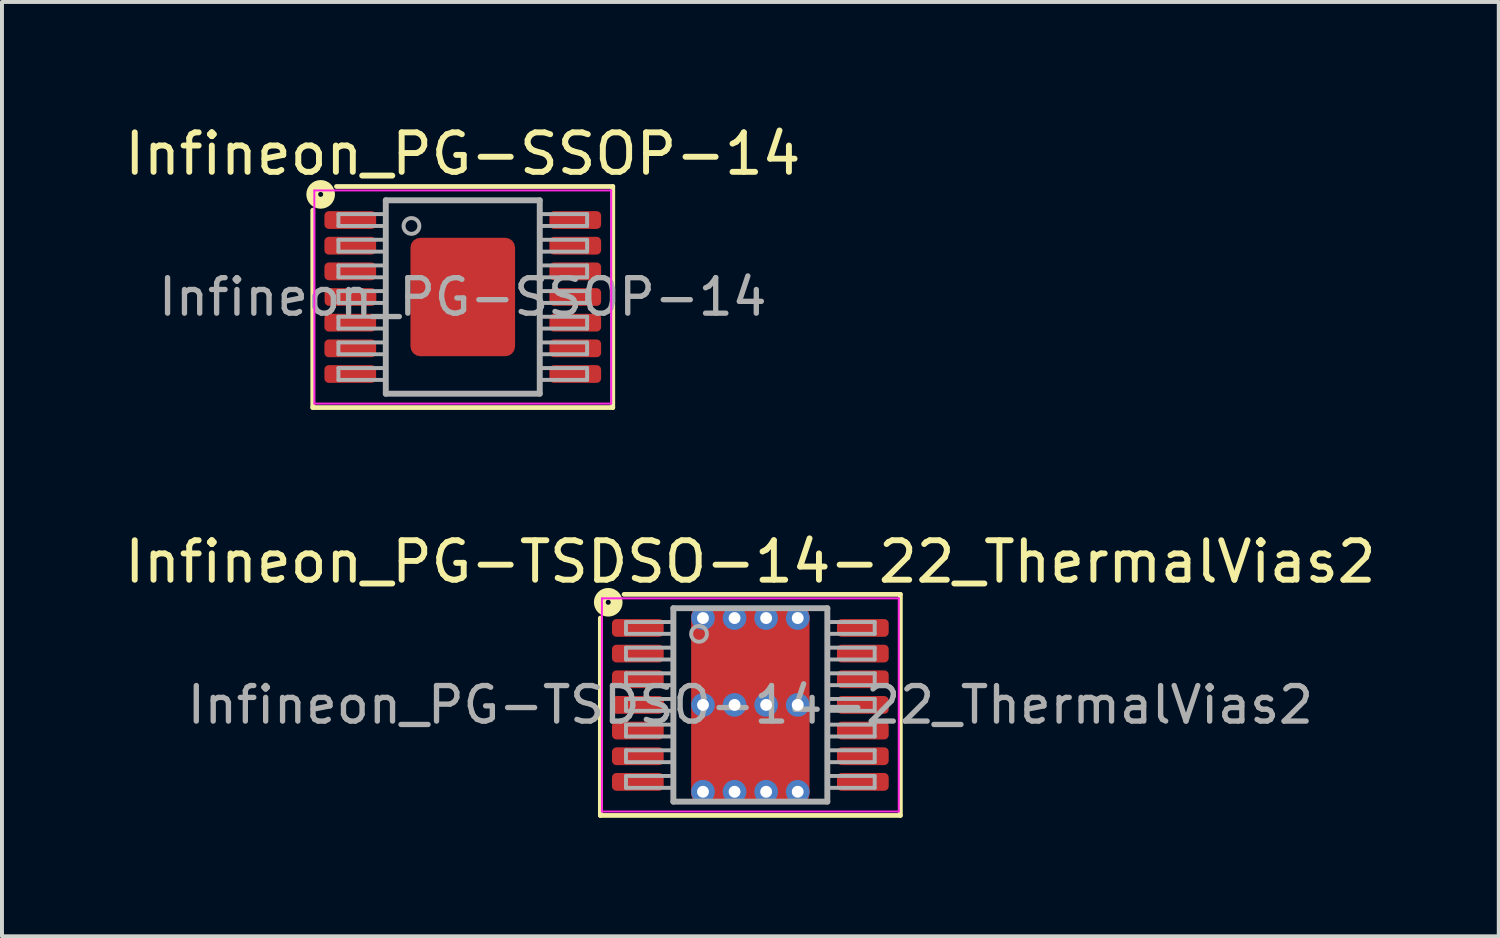
<source format=kicad_pcb>
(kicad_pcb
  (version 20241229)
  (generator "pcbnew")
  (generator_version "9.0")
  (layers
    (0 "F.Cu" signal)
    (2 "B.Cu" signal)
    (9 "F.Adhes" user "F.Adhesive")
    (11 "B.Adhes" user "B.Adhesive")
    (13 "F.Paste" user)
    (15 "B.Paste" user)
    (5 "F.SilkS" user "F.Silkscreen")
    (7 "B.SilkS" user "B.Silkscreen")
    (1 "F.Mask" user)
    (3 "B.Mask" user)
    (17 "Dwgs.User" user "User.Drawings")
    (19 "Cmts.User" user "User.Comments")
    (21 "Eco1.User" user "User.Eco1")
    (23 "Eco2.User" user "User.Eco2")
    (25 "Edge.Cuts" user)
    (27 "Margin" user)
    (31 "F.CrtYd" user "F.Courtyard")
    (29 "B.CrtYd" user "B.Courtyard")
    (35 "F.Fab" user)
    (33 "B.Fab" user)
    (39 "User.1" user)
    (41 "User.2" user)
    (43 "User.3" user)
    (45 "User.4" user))
  (footprint "Infineon_PG-SSOP-14"
    (layer "F.Cu")
    (at 8.673 4.474)
    (property "Reference" "Infineon_PG-SSOP-14" (at 0 -3.626 0) (layer "F.SilkS") (effects (font (size 1 1) (thickness 0.15))))
    (attr smd)
    (fp_line (start -3.8 2.8) (end -3.8 -2.2) (stroke (width 0.12) (type solid)) (layer "F.SilkS"))
    (fp_line (start -3.2 -2.8) (end 3.8 -2.8) (stroke (width 0.12) (type solid)) (layer "F.SilkS"))
    (fp_line (start 3.8 -2.8) (end 3.8 2.8) (stroke (width 0.12) (type solid)) (layer "F.SilkS"))
    (fp_line (start 3.8 2.8) (end -3.8 2.8) (stroke (width 0.12) (type solid)) (layer "F.SilkS"))
    (fp_circle (center -3.6 -2.6) (end -3.537 -2.6) (stroke (width 0.3) (type solid)) (fill no) (layer "F.SilkS"))
    (fp_line (start -3.76 -2.7) (end -3.76 2.7) (stroke (width 0.05) (type solid)) (layer "F.CrtYd"))
    (fp_line (start -3.76 -2.7) (end 3.76 -2.7) (stroke (width 0.05) (type solid)) (layer "F.CrtYd"))
    (fp_line (start -3.76 2.7) (end 3.76 2.7) (stroke (width 0.05) (type solid)) (layer "F.CrtYd"))
    (fp_line (start 3.76 -2.7) (end 3.76 2.7) (stroke (width 0.05) (type solid)) (layer "F.CrtYd"))
    (fp_line (start -3.15 -2.1) (end -3.15 -1.8) (stroke (width 0.1) (type solid)) (layer "F.Fab"))
    (fp_line (start -3.15 -2.1) (end -1.95 -2.1) (stroke (width 0.1) (type solid)) (layer "F.Fab"))
    (fp_line (start -3.15 -1.8) (end -1.95 -1.8) (stroke (width 0.1) (type solid)) (layer "F.Fab"))
    (fp_line (start -3.15 -1.45) (end -3.15 -1.15) (stroke (width 0.1) (type solid)) (layer "F.Fab"))
    (fp_line (start -3.15 -1.45) (end -1.95 -1.45) (stroke (width 0.1) (type solid)) (layer "F.Fab"))
    (fp_line (start -3.15 -1.15) (end -1.95 -1.15) (stroke (width 0.1) (type solid)) (layer "F.Fab"))
    (fp_line (start -3.15 -0.8) (end -3.15 -0.5) (stroke (width 0.1) (type solid)) (layer "F.Fab"))
    (fp_line (start -3.15 -0.8) (end -1.95 -0.8) (stroke (width 0.1) (type solid)) (layer "F.Fab"))
    (fp_line (start -3.15 -0.5) (end -1.95 -0.5) (stroke (width 0.1) (type solid)) (layer "F.Fab"))
    (fp_line (start -3.15 -0.15) (end -3.15 0.15) (stroke (width 0.1) (type solid)) (layer "F.Fab"))
    (fp_line (start -3.15 -0.15) (end -1.95 -0.15) (stroke (width 0.1) (type solid)) (layer "F.Fab"))
    (fp_line (start -3.15 0.15) (end -1.95 0.15) (stroke (width 0.1) (type solid)) (layer "F.Fab"))
    (fp_line (start -3.15 0.5) (end -3.15 0.8) (stroke (width 0.1) (type solid)) (layer "F.Fab"))
    (fp_line (start -3.15 0.5) (end -1.95 0.5) (stroke (width 0.1) (type solid)) (layer "F.Fab"))
    (fp_line (start -3.15 0.8) (end -1.95 0.8) (stroke (width 0.1) (type solid)) (layer "F.Fab"))
    (fp_line (start -3.15 1.15) (end -3.15 1.45) (stroke (width 0.1) (type solid)) (layer "F.Fab"))
    (fp_line (start -3.15 1.15) (end -1.95 1.15) (stroke (width 0.1) (type solid)) (layer "F.Fab"))
    (fp_line (start -3.15 1.45) (end -1.95 1.45) (stroke (width 0.1) (type solid)) (layer "F.Fab"))
    (fp_line (start -3.15 1.8) (end -3.15 2.1) (stroke (width 0.1) (type solid)) (layer "F.Fab"))
    (fp_line (start -3.15 1.8) (end -1.95 1.8) (stroke (width 0.1) (type solid)) (layer "F.Fab"))
    (fp_line (start -3.15 2.1) (end -1.95 2.1) (stroke (width 0.1) (type solid)) (layer "F.Fab"))
    (fp_line (start -1.95 -2.45) (end 1.95 -2.45) (stroke (width 0.15) (type solid)) (layer "F.Fab"))
    (fp_line (start -1.95 2.45) (end -1.95 -2.45) (stroke (width 0.15) (type solid)) (layer "F.Fab"))
    (fp_line (start 1.95 -2.45) (end 1.95 2.45) (stroke (width 0.15) (type solid)) (layer "F.Fab"))
    (fp_line (start 1.95 2.45) (end -1.95 2.45) (stroke (width 0.15) (type solid)) (layer "F.Fab"))
    (fp_line (start 3.15 -2.1) (end 1.95 -2.1) (stroke (width 0.1) (type solid)) (layer "F.Fab"))
    (fp_line (start 3.15 -1.8) (end 1.95 -1.8) (stroke (width 0.1) (type solid)) (layer "F.Fab"))
    (fp_line (start 3.15 -1.8) (end 3.15 -2.1) (stroke (width 0.1) (type solid)) (layer "F.Fab"))
    (fp_line (start 3.15 -1.45) (end 1.95 -1.45) (stroke (width 0.1) (type solid)) (layer "F.Fab"))
    (fp_line (start 3.15 -1.15) (end 1.95 -1.15) (stroke (width 0.1) (type solid)) (layer "F.Fab"))
    (fp_line (start 3.15 -1.15) (end 3.15 -1.45) (stroke (width 0.1) (type solid)) (layer "F.Fab"))
    (fp_line (start 3.15 -0.8) (end 1.95 -0.8) (stroke (width 0.1) (type solid)) (layer "F.Fab"))
    (fp_line (start 3.15 -0.5) (end 1.95 -0.5) (stroke (width 0.1) (type solid)) (layer "F.Fab"))
    (fp_line (start 3.15 -0.5) (end 3.15 -0.8) (stroke (width 0.1) (type solid)) (layer "F.Fab"))
    (fp_line (start 3.15 -0.15) (end 1.95 -0.15) (stroke (width 0.1) (type solid)) (layer "F.Fab"))
    (fp_line (start 3.15 0.15) (end 1.95 0.15) (stroke (width 0.1) (type solid)) (layer "F.Fab"))
    (fp_line (start 3.15 0.15) (end 3.15 -0.15) (stroke (width 0.1) (type solid)) (layer "F.Fab"))
    (fp_line (start 3.15 0.5) (end 1.95 0.5) (stroke (width 0.1) (type solid)) (layer "F.Fab"))
    (fp_line (start 3.15 0.8) (end 1.95 0.8) (stroke (width 0.1) (type solid)) (layer "F.Fab"))
    (fp_line (start 3.15 0.8) (end 3.15 0.5) (stroke (width 0.1) (type solid)) (layer "F.Fab"))
    (fp_line (start 3.15 1.15) (end 1.95 1.15) (stroke (width 0.1) (type solid)) (layer "F.Fab"))
    (fp_line (start 3.15 1.45) (end 1.95 1.45) (stroke (width 0.1) (type solid)) (layer "F.Fab"))
    (fp_line (start 3.15 1.45) (end 3.15 1.15) (stroke (width 0.1) (type solid)) (layer "F.Fab"))
    (fp_line (start 3.15 1.8) (end 1.95 1.8) (stroke (width 0.1) (type solid)) (layer "F.Fab"))
    (fp_line (start 3.15 2.1) (end 1.95 2.1) (stroke (width 0.1) (type solid)) (layer "F.Fab"))
    (fp_line (start 3.15 2.1) (end 3.15 1.8) (stroke (width 0.1) (type solid)) (layer "F.Fab"))
    (fp_circle (center -1.3 -1.8) (end -1.1 -1.8) (stroke (width 0.1) (type solid)) (fill no) (layer "F.Fab"))
    (fp_text user "${REFERENCE}" (at 0 0 0) (layer "F.Fab") (effects (font (size 0.9 0.9) (thickness 0.135))))
    (pad "" smd roundrect (at 0 -0.812) (size 2.5 1.175) (layers "F.Paste") (roundrect_rratio 0.213))
    (pad "" smd roundrect (at 0 0.812) (size 2.5 1.175) (layers "F.Paste") (roundrect_rratio 0.213))
    (pad "1" smd roundrect (at -2.85 -1.95) (size 1.31 0.45) (layers "F.Cu" "F.Mask" "F.Paste") (roundrect_rratio 0.25))
    (pad "2" smd roundrect (at -2.85 -1.3) (size 1.31 0.45) (layers "F.Cu" "F.Mask" "F.Paste") (roundrect_rratio 0.25))
    (pad "3" smd roundrect (at -2.85 -0.65) (size 1.31 0.45) (layers "F.Cu" "F.Mask" "F.Paste") (roundrect_rratio 0.25))
    (pad "4" smd roundrect (at -2.845 0) (size 1.31 0.45) (layers "F.Cu" "F.Mask" "F.Paste") (roundrect_rratio 0.25))
    (pad "5" smd roundrect (at -2.85 0.65) (size 1.31 0.45) (layers "F.Cu" "F.Mask" "F.Paste") (roundrect_rratio 0.25))
    (pad "6" smd roundrect (at -2.85 1.3) (size 1.31 0.45) (layers "F.Cu" "F.Mask" "F.Paste") (roundrect_rratio 0.25))
    (pad "7" smd roundrect (at -2.85 1.95) (size 1.31 0.45) (layers "F.Cu" "F.Mask" "F.Paste") (roundrect_rratio 0.25))
    (pad "8" smd roundrect (at 2.85 1.95) (size 1.31 0.45) (layers "F.Cu" "F.Mask" "F.Paste") (roundrect_rratio 0.25))
    (pad "9" smd roundrect (at 2.85 1.3) (size 1.31 0.45) (layers "F.Cu" "F.Mask" "F.Paste") (roundrect_rratio 0.25))
    (pad "10" smd roundrect (at 2.85 0.65) (size 1.31 0.45) (layers "F.Cu" "F.Mask" "F.Paste") (roundrect_rratio 0.25))
    (pad "11" smd roundrect (at 2.85 0) (size 1.31 0.45) (layers "F.Cu" "F.Mask" "F.Paste") (roundrect_rratio 0.25))
    (pad "12" smd roundrect (at 2.85 -0.65) (size 1.31 0.45) (layers "F.Cu" "F.Mask" "F.Paste") (roundrect_rratio 0.25))
    (pad "13" smd roundrect (at 2.85 -1.3) (size 1.31 0.45) (layers "F.Cu" "F.Mask" "F.Paste") (roundrect_rratio 0.25))
    (pad "14" smd roundrect (at 2.85 -1.95) (size 1.31 0.45) (layers "F.Cu" "F.Mask" "F.Paste") (roundrect_rratio 0.25))
    (pad "15" smd roundrect (at 0 0) (size 2.65 3) (layers "F.Cu" "F.Mask") (roundrect_rratio 0.094)))
  (footprint "Infineon_PG-TSDSO-14-22_ThermalVias2"
    (layer "F.Cu")
    (at 15.958 14.807)
    (property "Reference" "Infineon_PG-TSDSO-14-22_ThermalVias2" (at 0 -3.626 0) (layer "F.SilkS") (effects (font (size 1 1) (thickness 0.15))))
    (attr smd)
    (fp_line (start -3.8 2.8) (end -3.8 -2.2) (stroke (width 0.12) (type solid)) (layer "F.SilkS"))
    (fp_line (start -3.2 -2.8) (end 3.8 -2.8) (stroke (width 0.12) (type solid)) (layer "F.SilkS"))
    (fp_line (start 3.8 -2.8) (end 3.8 2.8) (stroke (width 0.12) (type solid)) (layer "F.SilkS"))
    (fp_line (start 3.8 2.8) (end -3.8 2.8) (stroke (width 0.12) (type solid)) (layer "F.SilkS"))
    (fp_circle (center -3.6 -2.6) (end -3.537 -2.6) (stroke (width 0.3) (type solid)) (fill no) (layer "F.SilkS"))
    (fp_line (start -3.76 -2.7) (end -3.76 2.7) (stroke (width 0.05) (type solid)) (layer "F.CrtYd"))
    (fp_line (start -3.76 -2.7) (end 3.76 -2.7) (stroke (width 0.05) (type solid)) (layer "F.CrtYd"))
    (fp_line (start -3.76 2.7) (end 3.76 2.7) (stroke (width 0.05) (type solid)) (layer "F.CrtYd"))
    (fp_line (start 3.76 -2.7) (end 3.76 2.7) (stroke (width 0.05) (type solid)) (layer "F.CrtYd"))
    (fp_line (start -3.15 -2.1) (end -3.15 -1.8) (stroke (width 0.1) (type solid)) (layer "F.Fab"))
    (fp_line (start -3.15 -2.1) (end -1.95 -2.1) (stroke (width 0.1) (type solid)) (layer "F.Fab"))
    (fp_line (start -3.15 -1.8) (end -1.95 -1.8) (stroke (width 0.1) (type solid)) (layer "F.Fab"))
    (fp_line (start -3.15 -1.45) (end -3.15 -1.15) (stroke (width 0.1) (type solid)) (layer "F.Fab"))
    (fp_line (start -3.15 -1.45) (end -1.95 -1.45) (stroke (width 0.1) (type solid)) (layer "F.Fab"))
    (fp_line (start -3.15 -1.15) (end -1.95 -1.15) (stroke (width 0.1) (type solid)) (layer "F.Fab"))
    (fp_line (start -3.15 -0.8) (end -3.15 -0.5) (stroke (width 0.1) (type solid)) (layer "F.Fab"))
    (fp_line (start -3.15 -0.8) (end -1.95 -0.8) (stroke (width 0.1) (type solid)) (layer "F.Fab"))
    (fp_line (start -3.15 -0.5) (end -1.95 -0.5) (stroke (width 0.1) (type solid)) (layer "F.Fab"))
    (fp_line (start -3.15 -0.15) (end -3.15 0.15) (stroke (width 0.1) (type solid)) (layer "F.Fab"))
    (fp_line (start -3.15 -0.15) (end -1.95 -0.15) (stroke (width 0.1) (type solid)) (layer "F.Fab"))
    (fp_line (start -3.15 0.15) (end -1.95 0.15) (stroke (width 0.1) (type solid)) (layer "F.Fab"))
    (fp_line (start -3.15 0.5) (end -3.15 0.8) (stroke (width 0.1) (type solid)) (layer "F.Fab"))
    (fp_line (start -3.15 0.5) (end -1.95 0.5) (stroke (width 0.1) (type solid)) (layer "F.Fab"))
    (fp_line (start -3.15 0.8) (end -1.95 0.8) (stroke (width 0.1) (type solid)) (layer "F.Fab"))
    (fp_line (start -3.15 1.15) (end -3.15 1.45) (stroke (width 0.1) (type solid)) (layer "F.Fab"))
    (fp_line (start -3.15 1.15) (end -1.95 1.15) (stroke (width 0.1) (type solid)) (layer "F.Fab"))
    (fp_line (start -3.15 1.45) (end -1.95 1.45) (stroke (width 0.1) (type solid)) (layer "F.Fab"))
    (fp_line (start -3.15 1.8) (end -3.15 2.1) (stroke (width 0.1) (type solid)) (layer "F.Fab"))
    (fp_line (start -3.15 1.8) (end -1.95 1.8) (stroke (width 0.1) (type solid)) (layer "F.Fab"))
    (fp_line (start -3.15 2.1) (end -1.95 2.1) (stroke (width 0.1) (type solid)) (layer "F.Fab"))
    (fp_line (start -1.95 -2.45) (end 1.95 -2.45) (stroke (width 0.15) (type solid)) (layer "F.Fab"))
    (fp_line (start -1.95 2.45) (end -1.95 -2.45) (stroke (width 0.15) (type solid)) (layer "F.Fab"))
    (fp_line (start 1.95 -2.45) (end 1.95 2.45) (stroke (width 0.15) (type solid)) (layer "F.Fab"))
    (fp_line (start 1.95 2.45) (end -1.95 2.45) (stroke (width 0.15) (type solid)) (layer "F.Fab"))
    (fp_line (start 3.15 -2.1) (end 1.95 -2.1) (stroke (width 0.1) (type solid)) (layer "F.Fab"))
    (fp_line (start 3.15 -1.8) (end 1.95 -1.8) (stroke (width 0.1) (type solid)) (layer "F.Fab"))
    (fp_line (start 3.15 -1.8) (end 3.15 -2.1) (stroke (width 0.1) (type solid)) (layer "F.Fab"))
    (fp_line (start 3.15 -1.45) (end 1.95 -1.45) (stroke (width 0.1) (type solid)) (layer "F.Fab"))
    (fp_line (start 3.15 -1.15) (end 1.95 -1.15) (stroke (width 0.1) (type solid)) (layer "F.Fab"))
    (fp_line (start 3.15 -1.15) (end 3.15 -1.45) (stroke (width 0.1) (type solid)) (layer "F.Fab"))
    (fp_line (start 3.15 -0.8) (end 1.95 -0.8) (stroke (width 0.1) (type solid)) (layer "F.Fab"))
    (fp_line (start 3.15 -0.5) (end 1.95 -0.5) (stroke (width 0.1) (type solid)) (layer "F.Fab"))
    (fp_line (start 3.15 -0.5) (end 3.15 -0.8) (stroke (width 0.1) (type solid)) (layer "F.Fab"))
    (fp_line (start 3.15 -0.15) (end 1.95 -0.15) (stroke (width 0.1) (type solid)) (layer "F.Fab"))
    (fp_line (start 3.15 0.15) (end 1.95 0.15) (stroke (width 0.1) (type solid)) (layer "F.Fab"))
    (fp_line (start 3.15 0.15) (end 3.15 -0.15) (stroke (width 0.1) (type solid)) (layer "F.Fab"))
    (fp_line (start 3.15 0.5) (end 1.95 0.5) (stroke (width 0.1) (type solid)) (layer "F.Fab"))
    (fp_line (start 3.15 0.8) (end 1.95 0.8) (stroke (width 0.1) (type solid)) (layer "F.Fab"))
    (fp_line (start 3.15 0.8) (end 3.15 0.5) (stroke (width 0.1) (type solid)) (layer "F.Fab"))
    (fp_line (start 3.15 1.15) (end 1.95 1.15) (stroke (width 0.1) (type solid)) (layer "F.Fab"))
    (fp_line (start 3.15 1.45) (end 1.95 1.45) (stroke (width 0.1) (type solid)) (layer "F.Fab"))
    (fp_line (start 3.15 1.45) (end 3.15 1.15) (stroke (width 0.1) (type solid)) (layer "F.Fab"))
    (fp_line (start 3.15 1.8) (end 1.95 1.8) (stroke (width 0.1) (type solid)) (layer "F.Fab"))
    (fp_line (start 3.15 2.1) (end 1.95 2.1) (stroke (width 0.1) (type solid)) (layer "F.Fab"))
    (fp_line (start 3.15 2.1) (end 3.15 1.8) (stroke (width 0.1) (type solid)) (layer "F.Fab"))
    (fp_circle (center -1.3 -1.8) (end -1.1 -1.8) (stroke (width 0.1) (type solid)) (fill no) (layer "F.Fab"))
    (fp_text user "${REFERENCE}" (at 0 0 0) (layer "F.Fab") (effects (font (size 0.9 0.9) (thickness 0.135))))
    (pad "" smd roundrect (at -0.625 -1.475) (size 1.05 0.55) (layers "F.Paste") (roundrect_rratio 0.25))
    (pad "" smd roundrect (at -0.625 -0.725) (size 1.05 0.55) (layers "F.Paste") (roundrect_rratio 0.25))
    (pad "" smd roundrect (at -0.625 0.725) (size 1.05 0.55) (layers "F.Paste") (roundrect_rratio 0.25))
    (pad "" smd roundrect (at -0.625 1.475) (size 1.05 0.55) (layers "F.Paste") (roundrect_rratio 0.25))
    (pad "" smd roundrect (at 0 -1.1) (size 2.65 1.6) (layers "F.Mask") (roundrect_rratio 0.156))
    (pad "" smd roundrect (at 0 1.1) (size 2.65 1.6) (layers "F.Mask") (roundrect_rratio 0.156))
    (pad "" smd roundrect (at 0.625 -1.475) (size 1.05 0.55) (layers "F.Paste") (roundrect_rratio 0.25))
    (pad "" smd roundrect (at 0.625 -0.725) (size 1.05 0.55) (layers "F.Paste") (roundrect_rratio 0.25))
    (pad "" smd roundrect (at 0.625 0.725) (size 1.05 0.55) (layers "F.Paste") (roundrect_rratio 0.25))
    (pad "" smd roundrect (at 0.625 1.475) (size 1.05 0.55) (layers "F.Paste") (roundrect_rratio 0.25))
    (pad "1" smd roundrect (at -2.85 -1.95) (size 1.31 0.45) (layers "F.Cu" "F.Mask" "F.Paste") (roundrect_rratio 0.25))
    (pad "2" smd roundrect (at -2.85 -1.3) (size 1.31 0.45) (layers "F.Cu" "F.Mask" "F.Paste") (roundrect_rratio 0.25))
    (pad "3" smd roundrect (at -2.85 -0.65) (size 1.31 0.45) (layers "F.Cu" "F.Mask" "F.Paste") (roundrect_rratio 0.25))
    (pad "4" smd roundrect (at -2.845 0) (size 1.31 0.45) (layers "F.Cu" "F.Mask" "F.Paste") (roundrect_rratio 0.25))
    (pad "5" smd roundrect (at -2.85 0.65) (size 1.31 0.45) (layers "F.Cu" "F.Mask" "F.Paste") (roundrect_rratio 0.25))
    (pad "6" smd roundrect (at -2.85 1.3) (size 1.31 0.45) (layers "F.Cu" "F.Mask" "F.Paste") (roundrect_rratio 0.25))
    (pad "7" smd roundrect (at -2.85 1.95) (size 1.31 0.45) (layers "F.Cu" "F.Mask" "F.Paste") (roundrect_rratio 0.25))
    (pad "8" smd roundrect (at 2.85 1.95) (size 1.31 0.45) (layers "F.Cu" "F.Mask" "F.Paste") (roundrect_rratio 0.25))
    (pad "9" smd roundrect (at 2.85 1.3) (size 1.31 0.45) (layers "F.Cu" "F.Mask" "F.Paste") (roundrect_rratio 0.25))
    (pad "10" smd roundrect (at 2.85 0.65) (size 1.31 0.45) (layers "F.Cu" "F.Mask" "F.Paste") (roundrect_rratio 0.25))
    (pad "11" smd roundrect (at 2.85 0) (size 1.31 0.45) (layers "F.Cu" "F.Mask" "F.Paste") (roundrect_rratio 0.25))
    (pad "12" smd roundrect (at 2.85 -0.65) (size 1.31 0.45) (layers "F.Cu" "F.Mask" "F.Paste") (roundrect_rratio 0.25))
    (pad "13" smd roundrect (at 2.85 -1.3) (size 1.31 0.45) (layers "F.Cu" "F.Mask" "F.Paste") (roundrect_rratio 0.25))
    (pad "14" smd roundrect (at 2.85 -1.95) (size 1.31 0.45) (layers "F.Cu" "F.Mask" "F.Paste") (roundrect_rratio 0.25))
    (pad "15" thru_hole circle (at -1.2 -2.2) (size 0.6 0.6) (drill 0.3) (property pad_prop_heatsink) (layers "*.Cu" "*.Mask"))
    (pad "15" thru_hole circle (at -1.2 0) (size 0.6 0.6) (drill 0.3) (property pad_prop_heatsink) (layers "*.Cu" "*.Mask"))
    (pad "15" thru_hole circle (at -1.2 2.2) (size 0.6 0.6) (drill 0.3) (property pad_prop_heatsink) (layers "*.Cu" "*.Mask"))
    (pad "15" thru_hole circle (at -0.4 -2.2) (size 0.6 0.6) (drill 0.3) (property pad_prop_heatsink) (layers "*.Cu" "*.Mask"))
    (pad "15" thru_hole circle (at -0.4 0) (size 0.6 0.6) (drill 0.3) (property pad_prop_heatsink) (layers "*.Cu" "*.Mask"))
    (pad "15" thru_hole circle (at -0.4 2.2) (size 0.6 0.6) (drill 0.3) (property pad_prop_heatsink) (layers "*.Cu" "*.Mask"))
    (pad "15" smd roundrect (at 0 0) (size 3 5) (layers "F.Cu") (roundrect_rratio 0.083))
    (pad "15" thru_hole circle (at 0.4 -2.2) (size 0.6 0.6) (drill 0.3) (property pad_prop_heatsink) (layers "*.Cu" "*.Mask"))
    (pad "15" thru_hole circle (at 0.4 0) (size 0.6 0.6) (drill 0.3) (property pad_prop_heatsink) (layers "*.Cu" "*.Mask"))
    (pad "15" thru_hole circle (at 0.4 2.2) (size 0.6 0.6) (drill 0.3) (property pad_prop_heatsink) (layers "*.Cu" "*.Mask"))
    (pad "15" thru_hole circle (at 1.2 -2.2) (size 0.6 0.6) (drill 0.3) (property pad_prop_heatsink) (layers "*.Cu" "*.Mask"))
    (pad "15" thru_hole circle (at 1.2 0) (size 0.6 0.6) (drill 0.3) (property pad_prop_heatsink) (layers "*.Cu" "*.Mask"))
    (pad "15" thru_hole circle (at 1.2 2.2) (size 0.6 0.6) (drill 0.3) (property pad_prop_heatsink) (layers "*.Cu" "*.Mask")))
  (gr_rect
    (start -3 -3)
    (end 34.917 20.668)
    (stroke (width 0.1) (type default))
    (fill no)
    (layer "Edge.Cuts")))
</source>
